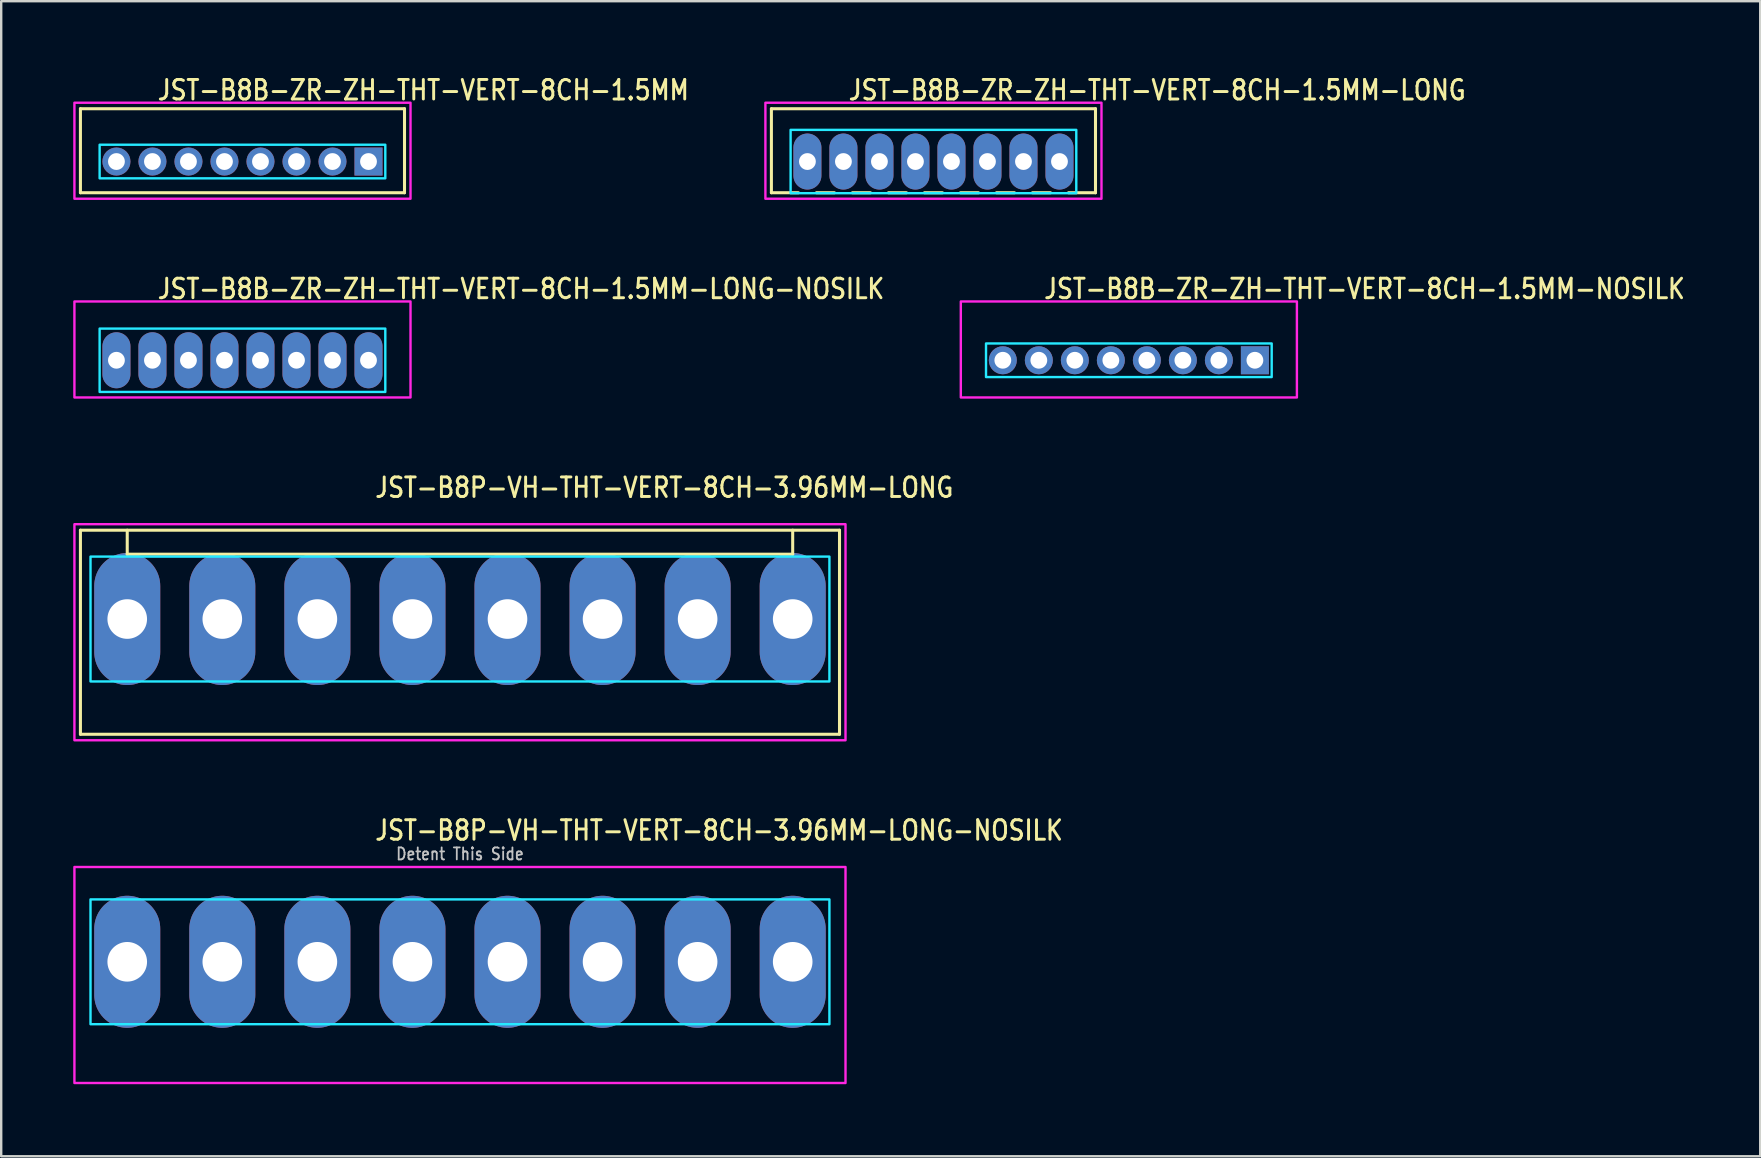
<source format=kicad_pcb>
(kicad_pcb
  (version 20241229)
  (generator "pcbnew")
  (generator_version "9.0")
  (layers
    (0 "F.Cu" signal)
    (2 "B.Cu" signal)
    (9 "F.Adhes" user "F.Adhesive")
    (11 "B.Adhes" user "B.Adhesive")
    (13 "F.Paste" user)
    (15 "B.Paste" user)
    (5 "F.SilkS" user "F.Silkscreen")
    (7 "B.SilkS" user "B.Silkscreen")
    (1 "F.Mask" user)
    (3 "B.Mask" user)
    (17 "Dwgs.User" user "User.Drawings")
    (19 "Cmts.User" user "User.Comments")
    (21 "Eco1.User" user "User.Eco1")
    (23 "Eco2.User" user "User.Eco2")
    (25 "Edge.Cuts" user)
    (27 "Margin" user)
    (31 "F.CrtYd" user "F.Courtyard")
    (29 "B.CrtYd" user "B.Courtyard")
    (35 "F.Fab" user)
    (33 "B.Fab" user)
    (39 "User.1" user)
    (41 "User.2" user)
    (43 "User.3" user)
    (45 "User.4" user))
  (footprint "JST-B8B-ZR-ZH-THT-VERT-8CH-1.5MM-LONG-NOSILK"
    (layer "F.Cu")
    (at 7.05 11.957)
    (property "Reference" "JST-B8B-ZR-ZH-THT-VERT-8CH-1.5MM-LONG-NOSILK" (at -3.6 -2.5 0) (unlocked yes) (layer "F.SilkS") (effects (font (size 0.813 0.695) (thickness 0.122)) (justify left bottom)))
    (fp_poly (pts (xy -5.95 -1.32) (xy -5.95 1.32) (xy 5.95 1.32) (xy 5.95 -1.32)) (stroke (width 0.1) (type solid)) (fill no) (layer "B.CrtYd"))
    (fp_poly (pts (xy -7 -2.45) (xy -7 1.55) (xy 7 1.55) (xy 7 -2.45)) (stroke (width 0.1) (type solid)) (fill no) (layer "F.CrtYd"))
    (pad "P$1" thru_hole oval (at 5.25 0 90) (size 2.333 1.167) (drill 0.7) (layers "*.Cu" "*.Mask"))
    (pad "P$2" thru_hole oval (at 3.75 0 90) (size 2.333 1.167) (drill 0.7) (layers "*.Cu" "*.Mask"))
    (pad "P$3" thru_hole oval (at 2.25 0 90) (size 2.333 1.167) (drill 0.7) (layers "*.Cu" "*.Mask"))
    (pad "P$4" thru_hole oval (at 0.75 0 90) (size 2.333 1.167) (drill 0.7) (layers "*.Cu" "*.Mask"))
    (pad "P$5" thru_hole oval (at -0.75 0 90) (size 2.333 1.167) (drill 0.7) (layers "*.Cu" "*.Mask"))
    (pad "P$6" thru_hole oval (at -2.25 0 90) (size 2.333 1.167) (drill 0.7) (layers "*.Cu" "*.Mask"))
    (pad "P$7" thru_hole oval (at -3.75 0 90) (size 2.333 1.167) (drill 0.7) (layers "*.Cu" "*.Mask"))
    (pad "P$8" thru_hole oval (at -5.25 0 90) (size 2.333 1.167) (drill 0.7) (layers "*.Cu" "*.Mask")))
  (footprint "JST-B8B-ZR-ZH-THT-VERT-8CH-1.5MM-LONG"
    (layer "F.Cu")
    (at 35.833 3.679)
    (property "Reference" "JST-B8B-ZR-ZH-THT-VERT-8CH-1.5MM-LONG" (at -3.6 -2.5 0) (unlocked yes) (layer "F.SilkS") (effects (font (size 0.813 0.695) (thickness 0.122)) (justify left bottom)))
    (fp_line (start -6.75 -2.2) (end 6.75 -2.2) (stroke (width 0.127) (type solid)) (layer "F.SilkS"))
    (fp_line (start -6.75 1.3) (end -6.75 -2.2) (stroke (width 0.127) (type solid)) (layer "F.SilkS"))
    (fp_line (start -6.75 1.3) (end -5.625 1.3) (stroke (width 0.127) (type solid)) (layer "F.SilkS"))
    (fp_line (start -4.875 1.3) (end -4.125 1.3) (stroke (width 0.127) (type solid)) (layer "F.SilkS"))
    (fp_line (start -3.375 1.3) (end -2.625 1.3) (stroke (width 0.127) (type solid)) (layer "F.SilkS"))
    (fp_line (start -1.875 1.3) (end -1.125 1.3) (stroke (width 0.127) (type solid)) (layer "F.SilkS"))
    (fp_line (start -0.375 1.3) (end 0.375 1.3) (stroke (width 0.127) (type solid)) (layer "F.SilkS"))
    (fp_line (start 1.125 1.3) (end 1.875 1.3) (stroke (width 0.127) (type solid)) (layer "F.SilkS"))
    (fp_line (start 2.625 1.3) (end 3.375 1.3) (stroke (width 0.127) (type solid)) (layer "F.SilkS"))
    (fp_line (start 4.125 1.3) (end 4.875 1.3) (stroke (width 0.127) (type solid)) (layer "F.SilkS"))
    (fp_line (start 5.625 1.3) (end 6.75 1.3) (stroke (width 0.127) (type solid)) (layer "F.SilkS"))
    (fp_line (start 6.75 -2.2) (end 6.75 1.3) (stroke (width 0.127) (type solid)) (layer "F.SilkS"))
    (fp_poly (pts (xy -5.95 -1.32) (xy -5.95 1.32) (xy 5.95 1.32) (xy 5.95 -1.32)) (stroke (width 0.1) (type solid)) (fill no) (layer "B.CrtYd"))
    (fp_poly (pts (xy -7 -2.45) (xy -7 1.55) (xy 7 1.55) (xy 7 -2.45)) (stroke (width 0.1) (type solid)) (fill no) (layer "F.CrtYd"))
    (pad "P$1" thru_hole oval (at 5.25 0 90) (size 2.333 1.167) (drill 0.7) (layers "*.Cu" "*.Mask"))
    (pad "P$2" thru_hole oval (at 3.75 0 90) (size 2.333 1.167) (drill 0.7) (layers "*.Cu" "*.Mask"))
    (pad "P$3" thru_hole oval (at 2.25 0 90) (size 2.333 1.167) (drill 0.7) (layers "*.Cu" "*.Mask"))
    (pad "P$4" thru_hole oval (at 0.75 0 90) (size 2.333 1.167) (drill 0.7) (layers "*.Cu" "*.Mask"))
    (pad "P$5" thru_hole oval (at -0.75 0 90) (size 2.333 1.167) (drill 0.7) (layers "*.Cu" "*.Mask"))
    (pad "P$6" thru_hole oval (at -2.25 0 90) (size 2.333 1.167) (drill 0.7) (layers "*.Cu" "*.Mask"))
    (pad "P$7" thru_hole oval (at -3.75 0 90) (size 2.333 1.167) (drill 0.7) (layers "*.Cu" "*.Mask"))
    (pad "P$8" thru_hole oval (at -5.25 0 90) (size 2.333 1.167) (drill 0.7) (layers "*.Cu" "*.Mask")))
  (footprint "JST-B8P-VH-THT-VERT-8CH-3.96MM-LONG"
    (layer "F.Cu")
    (at 16.11 22.736)
    (property "Reference" "JST-B8P-VH-THT-VERT-8CH-3.96MM-LONG" (at -3.6 -5 0) (unlocked yes) (layer "F.SilkS") (effects (font (size 0.813 0.695) (thickness 0.122)) (justify left bottom)))
    (fp_line (start -15.81 -3.7) (end 15.81 -3.7) (stroke (width 0.127) (type solid)) (layer "F.SilkS"))
    (fp_line (start -15.81 4.8) (end -15.81 -3.7) (stroke (width 0.127) (type solid)) (layer "F.SilkS"))
    (fp_line (start -15.81 4.8) (end 15.81 4.8) (stroke (width 0.127) (type solid)) (layer "F.SilkS"))
    (fp_line (start -13.86 -3.7) (end -13.86 -2.7) (stroke (width 0.127) (type solid)) (layer "F.SilkS"))
    (fp_line (start -13.86 -2.7) (end 13.86 -2.7) (stroke (width 0.127) (type solid)) (layer "F.SilkS"))
    (fp_line (start 13.86 -3.7) (end 13.86 -2.7) (stroke (width 0.127) (type solid)) (layer "F.SilkS"))
    (fp_line (start 15.81 -3.7) (end 15.81 4.8) (stroke (width 0.127) (type solid)) (layer "F.SilkS"))
    (fp_poly (pts (xy -15.39 -2.6) (xy -15.39 2.6) (xy 15.39 2.6) (xy 15.39 -2.6)) (stroke (width 0.1) (type solid)) (fill no) (layer "B.CrtYd"))
    (fp_poly (pts (xy -16.06 -3.95) (xy -16.06 5.05) (xy 16.06 5.05) (xy 16.06 -3.95)) (stroke (width 0.1) (type solid)) (fill no) (layer "F.CrtYd"))
    (pad "P$1" thru_hole oval (at -13.86 0 90) (size 5.5 2.75) (drill 1.65) (layers "*.Cu" "*.Mask"))
    (pad "P$2" thru_hole oval (at -9.9 0 90) (size 5.5 2.75) (drill 1.65) (layers "*.Cu" "*.Mask"))
    (pad "P$3" thru_hole oval (at -5.94 0 90) (size 5.5 2.75) (drill 1.65) (layers "*.Cu" "*.Mask"))
    (pad "P$4" thru_hole oval (at -1.98 0 90) (size 5.5 2.75) (drill 1.65) (layers "*.Cu" "*.Mask"))
    (pad "P$5" thru_hole oval (at 1.98 0 90) (size 5.5 2.75) (drill 1.65) (layers "*.Cu" "*.Mask"))
    (pad "P$6" thru_hole oval (at 5.94 0 90) (size 5.5 2.75) (drill 1.65) (layers "*.Cu" "*.Mask"))
    (pad "P$7" thru_hole oval (at 9.9 0 90) (size 5.5 2.75) (drill 1.65) (layers "*.Cu" "*.Mask"))
    (pad "P$8" thru_hole oval (at 13.86 0 90) (size 5.5 2.75) (drill 1.65) (layers "*.Cu" "*.Mask")))
  (footprint "JST-B8B-ZR-ZH-THT-VERT-8CH-1.5MM"
    (layer "F.Cu")
    (at 7.05 3.679)
    (property "Reference" "JST-B8B-ZR-ZH-THT-VERT-8CH-1.5MM" (at -3.6 -2.5 0) (unlocked yes) (layer "F.SilkS") (effects (font (size 0.813 0.695) (thickness 0.122)) (justify left bottom)))
    (fp_line (start -6.75 -2.2) (end 6.75 -2.2) (stroke (width 0.127) (type solid)) (layer "F.SilkS"))
    (fp_line (start -6.75 1.3) (end -6.75 -2.2) (stroke (width 0.127) (type solid)) (layer "F.SilkS"))
    (fp_line (start -6.75 1.3) (end 6.75 1.3) (stroke (width 0.127) (type solid)) (layer "F.SilkS"))
    (fp_line (start 6.75 -2.2) (end 6.75 1.3) (stroke (width 0.127) (type solid)) (layer "F.SilkS"))
    (fp_poly (pts (xy -5.95 -0.7) (xy -5.95 0.7) (xy 5.95 0.7) (xy 5.95 -0.7)) (stroke (width 0.1) (type solid)) (fill no) (layer "B.CrtYd"))
    (fp_poly (pts (xy -7 -2.45) (xy -7 1.55) (xy 7 1.55) (xy 7 -2.45)) (stroke (width 0.1) (type solid)) (fill no) (layer "F.CrtYd"))
    (pad "P$1" thru_hole rect (at 5.25 0) (size 1.167 1.167) (drill 0.7) (layers "*.Cu" "*.Mask"))
    (pad "P$2" thru_hole oval (at 3.75 0) (size 1.167 1.167) (drill 0.7) (layers "*.Cu" "*.Mask"))
    (pad "P$3" thru_hole oval (at 2.25 0) (size 1.167 1.167) (drill 0.7) (layers "*.Cu" "*.Mask"))
    (pad "P$4" thru_hole oval (at 0.75 0) (size 1.167 1.167) (drill 0.7) (layers "*.Cu" "*.Mask"))
    (pad "P$5" thru_hole oval (at -0.75 0) (size 1.167 1.167) (drill 0.7) (layers "*.Cu" "*.Mask"))
    (pad "P$6" thru_hole oval (at -2.25 0) (size 1.167 1.167) (drill 0.7) (layers "*.Cu" "*.Mask"))
    (pad "P$7" thru_hole oval (at -3.75 0) (size 1.167 1.167) (drill 0.7) (layers "*.Cu" "*.Mask"))
    (pad "P$8" thru_hole oval (at -5.25 0) (size 1.167 1.167) (drill 0.7) (layers "*.Cu" "*.Mask")))
  (footprint "JST-B8P-VH-THT-VERT-8CH-3.96MM-LONG-NOSILK"
    (layer "F.Cu")
    (at 16.11 37.014)
    (property "Reference" "JST-B8P-VH-THT-VERT-8CH-3.96MM-LONG-NOSILK" (at -3.6 -5 0) (unlocked yes) (layer "F.SilkS") (effects (font (size 0.813 0.695) (thickness 0.122)) (justify left bottom)))
    (fp_poly (pts (xy -15.39 -2.6) (xy -15.39 2.6) (xy 15.39 2.6) (xy 15.39 -2.6)) (stroke (width 0.1) (type solid)) (fill no) (layer "B.CrtYd"))
    (fp_poly (pts (xy -16.06 -3.95) (xy -16.06 5.05) (xy 16.06 5.05) (xy 16.06 -3.95)) (stroke (width 0.1) (type solid)) (fill no) (layer "F.CrtYd"))
    (fp_text user "Detent This Side" (at 0 -4.2 0) (unlocked yes) (layer "Dwgs.User") (effects (font (size 0.5 0.427) (thickness 0.075)) (justify bottom)))
    (pad "P$1" thru_hole oval (at -13.86 0 90) (size 5.5 2.75) (drill 1.65) (layers "*.Cu" "*.Mask"))
    (pad "P$2" thru_hole oval (at -9.9 0 90) (size 5.5 2.75) (drill 1.65) (layers "*.Cu" "*.Mask"))
    (pad "P$3" thru_hole oval (at -5.94 0 90) (size 5.5 2.75) (drill 1.65) (layers "*.Cu" "*.Mask"))
    (pad "P$4" thru_hole oval (at -1.98 0 90) (size 5.5 2.75) (drill 1.65) (layers "*.Cu" "*.Mask"))
    (pad "P$5" thru_hole oval (at 1.98 0 90) (size 5.5 2.75) (drill 1.65) (layers "*.Cu" "*.Mask"))
    (pad "P$6" thru_hole oval (at 5.94 0 90) (size 5.5 2.75) (drill 1.65) (layers "*.Cu" "*.Mask"))
    (pad "P$7" thru_hole oval (at 9.9 0 90) (size 5.5 2.75) (drill 1.65) (layers "*.Cu" "*.Mask"))
    (pad "P$8" thru_hole oval (at 13.86 0 90) (size 5.5 2.75) (drill 1.65) (layers "*.Cu" "*.Mask")))
  (footprint "JST-B8B-ZR-ZH-THT-VERT-8CH-1.5MM-NOSILK"
    (layer "F.Cu")
    (at 43.973 11.957)
    (property "Reference" "JST-B8B-ZR-ZH-THT-VERT-8CH-1.5MM-NOSILK" (at -3.6 -2.5 0) (unlocked yes) (layer "F.SilkS") (effects (font (size 0.813 0.695) (thickness 0.122)) (justify left bottom)))
    (fp_poly (pts (xy -5.95 -0.7) (xy -5.95 0.7) (xy 5.95 0.7) (xy 5.95 -0.7)) (stroke (width 0.1) (type solid)) (fill no) (layer "B.CrtYd"))
    (fp_poly (pts (xy -7 -2.45) (xy -7 1.55) (xy 7 1.55) (xy 7 -2.45)) (stroke (width 0.1) (type solid)) (fill no) (layer "F.CrtYd"))
    (pad "P$1" thru_hole rect (at 5.25 0) (size 1.167 1.167) (drill 0.7) (layers "*.Cu" "*.Mask"))
    (pad "P$2" thru_hole oval (at 3.75 0) (size 1.167 1.167) (drill 0.7) (layers "*.Cu" "*.Mask"))
    (pad "P$3" thru_hole oval (at 2.25 0) (size 1.167 1.167) (drill 0.7) (layers "*.Cu" "*.Mask"))
    (pad "P$4" thru_hole oval (at 0.75 0) (size 1.167 1.167) (drill 0.7) (layers "*.Cu" "*.Mask"))
    (pad "P$5" thru_hole oval (at -0.75 0) (size 1.167 1.167) (drill 0.7) (layers "*.Cu" "*.Mask"))
    (pad "P$6" thru_hole oval (at -2.25 0) (size 1.167 1.167) (drill 0.7) (layers "*.Cu" "*.Mask"))
    (pad "P$7" thru_hole oval (at -3.75 0) (size 1.167 1.167) (drill 0.7) (layers "*.Cu" "*.Mask"))
    (pad "P$8" thru_hole oval (at -5.25 0) (size 1.167 1.167) (drill 0.7) (layers "*.Cu" "*.Mask")))
  (gr_rect
    (start -3 -3)
    (end 70.273 45.114)
    (stroke (width 0.1) (type default))
    (fill no)
    (layer "Edge.Cuts")))
</source>
